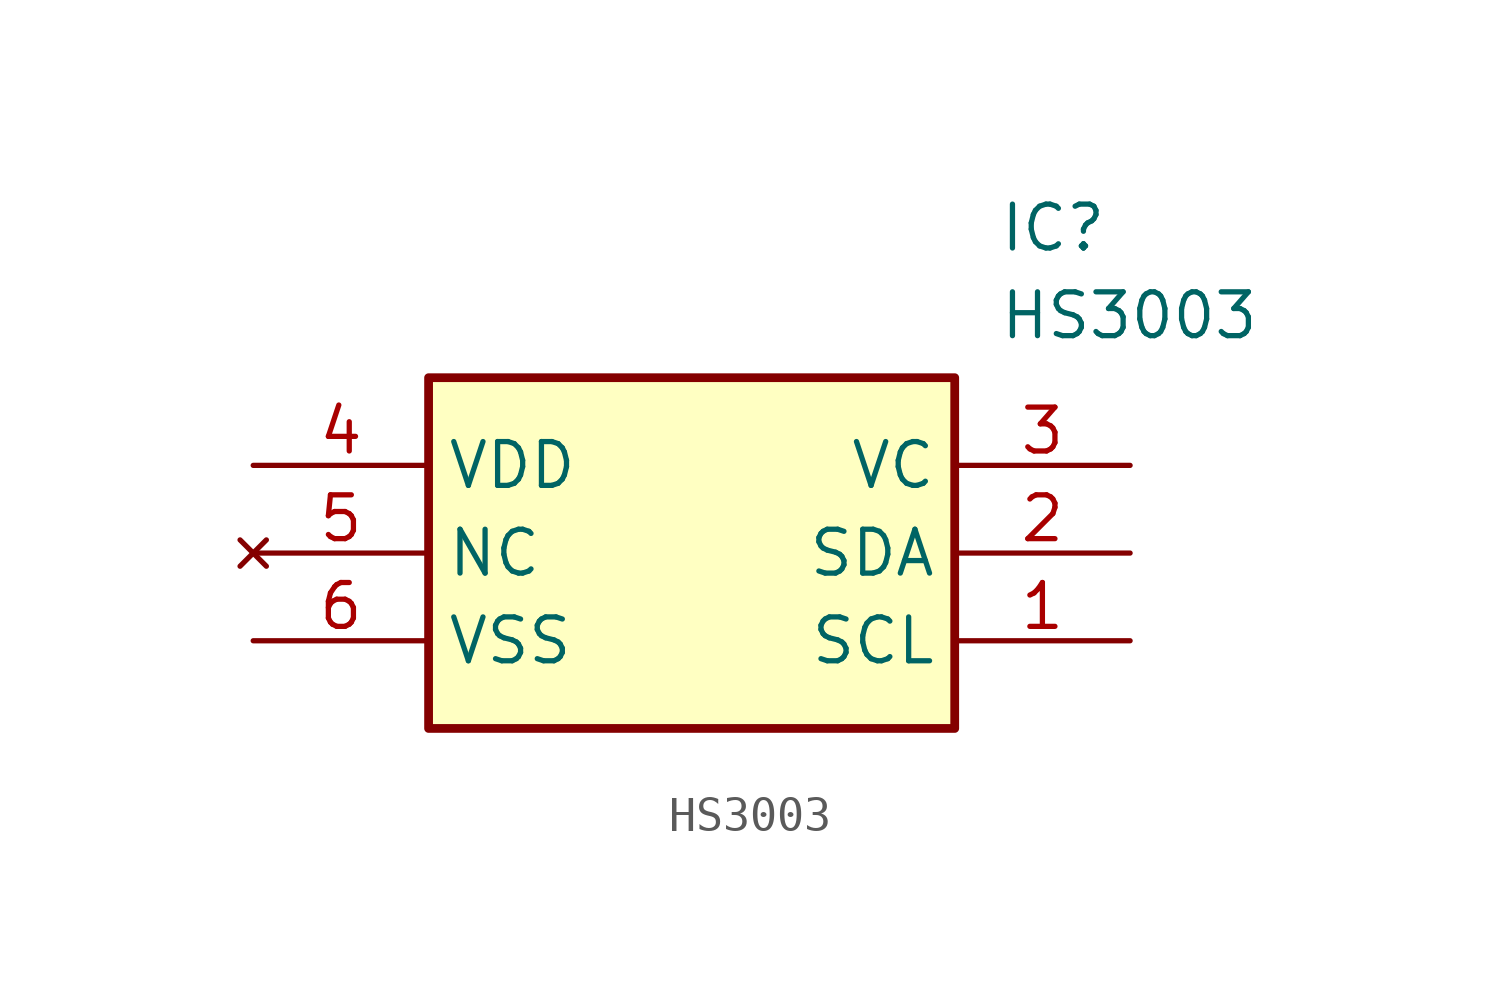
<source format=kicad_sym>
(kicad_symbol_lib
  (version 20231120)
  (generator "kicad_symbol_editor")
  (generator_version "8.0")
  (symbol "HS3003"
    (property "Reference" "IC"
      (at 21.59 7.62 0)
      (effects (font (size 1.27 1.27)) (justify left top)))
    (property "Value" "HS3003"
      (at 21.59 5.08 0)
      (effects (font (size 1.27 1.27)) (justify left top)))
    (symbol "HS3003_1_1"
      (rectangle (start 5.08 2.54) (end 20.32 -7.62) (stroke (width 0.254) (type default)) (fill (type background)))
      (pin passive line (at 25.4 -5.08 180) (length 5.08) (name "SCL" (effects (font (size 1.27 1.27)))) (number "1" (effects (font (size 1.27 1.27)))))
      (pin passive line (at 25.4 -2.54 180) (length 5.08) (name "SDA" (effects (font (size 1.27 1.27)))) (number "2" (effects (font (size 1.27 1.27)))))
      (pin passive line (at 25.4 0 180) (length 5.08) (name "VC" (effects (font (size 1.27 1.27)))) (number "3" (effects (font (size 1.27 1.27)))))
      (pin passive line (at 0 0 0) (length 5.08) (name "VDD" (effects (font (size 1.27 1.27)))) (number "4" (effects (font (size 1.27 1.27)))))
      (pin no_connect line (at 0 -2.54 0) (length 5.08) (name "NC" (effects (font (size 1.27 1.27)))) (number "5" (effects (font (size 1.27 1.27)))))
      (pin passive line (at 0 -5.08 0) (length 5.08) (name "VSS" (effects (font (size 1.27 1.27)))) (number "6" (effects (font (size 1.27 1.27))))))))
</source>
